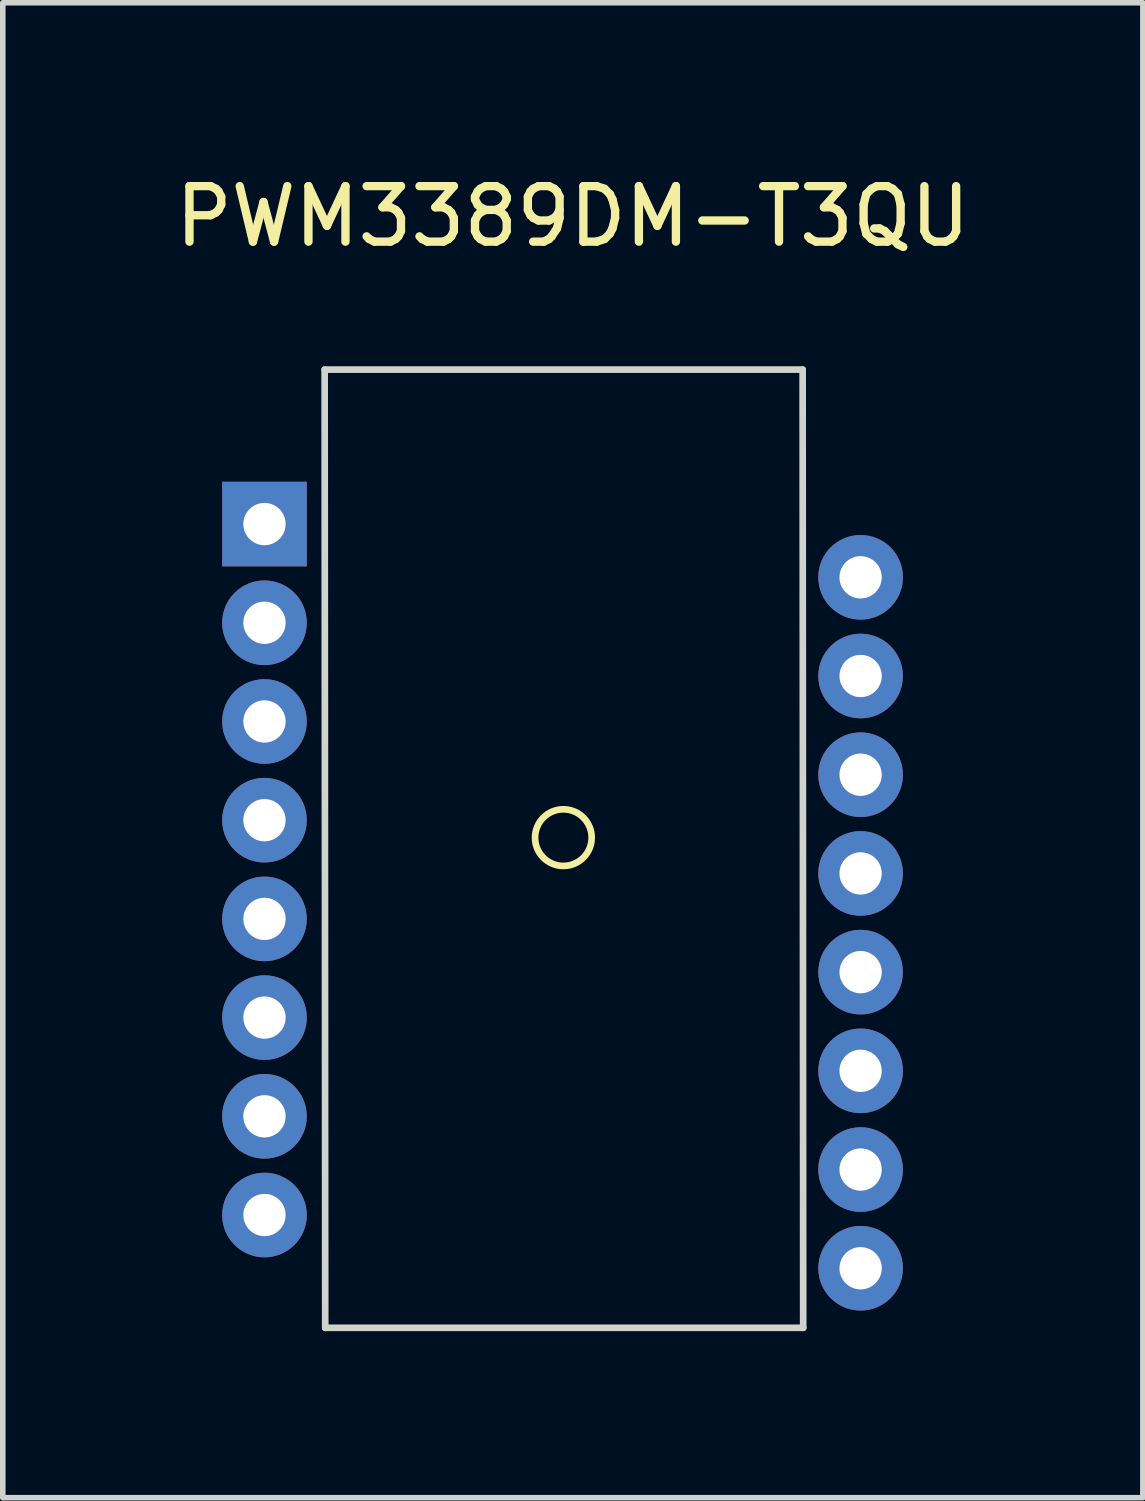
<source format=kicad_pcb>
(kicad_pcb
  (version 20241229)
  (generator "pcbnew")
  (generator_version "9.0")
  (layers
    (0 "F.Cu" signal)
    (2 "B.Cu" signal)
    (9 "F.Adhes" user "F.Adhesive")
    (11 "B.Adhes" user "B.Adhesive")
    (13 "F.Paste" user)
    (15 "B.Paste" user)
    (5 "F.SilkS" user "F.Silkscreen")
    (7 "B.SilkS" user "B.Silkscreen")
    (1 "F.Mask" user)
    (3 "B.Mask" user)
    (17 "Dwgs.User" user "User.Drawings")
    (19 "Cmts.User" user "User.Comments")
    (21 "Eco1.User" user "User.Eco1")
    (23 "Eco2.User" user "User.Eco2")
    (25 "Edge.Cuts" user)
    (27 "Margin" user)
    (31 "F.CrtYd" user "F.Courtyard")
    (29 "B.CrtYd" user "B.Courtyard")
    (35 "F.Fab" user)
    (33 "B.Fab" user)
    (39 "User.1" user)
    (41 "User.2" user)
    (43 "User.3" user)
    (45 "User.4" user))
  (footprint "PWM3389DM-T3QU"
    (layer "F.Cu")
    (at 1.748 6.388)
    (property "Reference" "PWM3389DM-T3QU" (at 5.52 -5.54 0) (layer "F.SilkS") (effects (font (size 1 1) (thickness 0.15))))
    (attr through_hole)
    (fp_circle (center 5.35 5.65) (end 5.86 5.66) (stroke (width 0.12) (type solid)) (fill no) (layer "F.SilkS"))
    (fp_line (start 1.05 -2.78) (end 1.06 14.48) (stroke (width 0.12) (type solid)) (layer "Edge.Cuts"))
    (fp_line (start 1.05 -2.78) (end 9.66 -2.78) (stroke (width 0.12) (type solid)) (layer "Edge.Cuts"))
    (fp_line (start 1.06 14.48) (end 9.67 14.48) (stroke (width 0.12) (type solid)) (layer "Edge.Cuts"))
    (fp_line (start 9.66 -2.78) (end 9.67 14.48) (stroke (width 0.12) (type solid)) (layer "Edge.Cuts"))
    (pad "1" thru_hole rect (at -0.034 0.002) (size 1.524 1.524) (drill 0.762) (layers "*.Cu" "*.Mask"))
    (pad "2" thru_hole circle (at -0.034 1.78) (size 1.524 1.524) (drill 0.762) (layers "*.Cu" "*.Mask"))
    (pad "3" thru_hole circle (at -0.034 3.558) (size 1.524 1.524) (drill 0.762) (layers "*.Cu" "*.Mask"))
    (pad "4" thru_hole circle (at -0.034 5.336) (size 1.524 1.524) (drill 0.762) (layers "*.Cu" "*.Mask"))
    (pad "5" thru_hole circle (at -0.034 7.114) (size 1.524 1.524) (drill 0.762) (layers "*.Cu" "*.Mask"))
    (pad "6" thru_hole circle (at -0.034 8.892) (size 1.524 1.524) (drill 0.762) (layers "*.Cu" "*.Mask"))
    (pad "7" thru_hole circle (at -0.034 10.67) (size 1.524 1.524) (drill 0.762) (layers "*.Cu" "*.Mask"))
    (pad "8" thru_hole circle (at -0.034 12.448) (size 1.524 1.524) (drill 0.762) (layers "*.Cu" "*.Mask"))
    (pad "9" thru_hole circle (at 10.704 13.407) (size 1.524 1.524) (drill 0.762) (layers "*.Cu" "*.Mask"))
    (pad "10" thru_hole circle (at 10.704 11.629) (size 1.524 1.524) (drill 0.762) (layers "*.Cu" "*.Mask"))
    (pad "11" thru_hole circle (at 10.704 9.851) (size 1.524 1.524) (drill 0.762) (layers "*.Cu" "*.Mask"))
    (pad "12" thru_hole circle (at 10.704 8.073) (size 1.524 1.524) (drill 0.762) (layers "*.Cu" "*.Mask"))
    (pad "13" thru_hole circle (at 10.704 6.295) (size 1.524 1.524) (drill 0.762) (layers "*.Cu" "*.Mask"))
    (pad "14" thru_hole circle (at 10.704 4.517) (size 1.524 1.524) (drill 0.762) (layers "*.Cu" "*.Mask"))
    (pad "15" thru_hole circle (at 10.704 2.739) (size 1.524 1.524) (drill 0.762) (layers "*.Cu" "*.Mask"))
    (pad "16" thru_hole circle (at 10.704 0.961) (size 1.524 1.524) (drill 0.762) (layers "*.Cu" "*.Mask")))
  (gr_rect
    (start -3 -3)
    (end 17.536 23.928)
    (stroke (width 0.1) (type default))
    (fill no)
    (layer "Edge.Cuts")))
</source>
